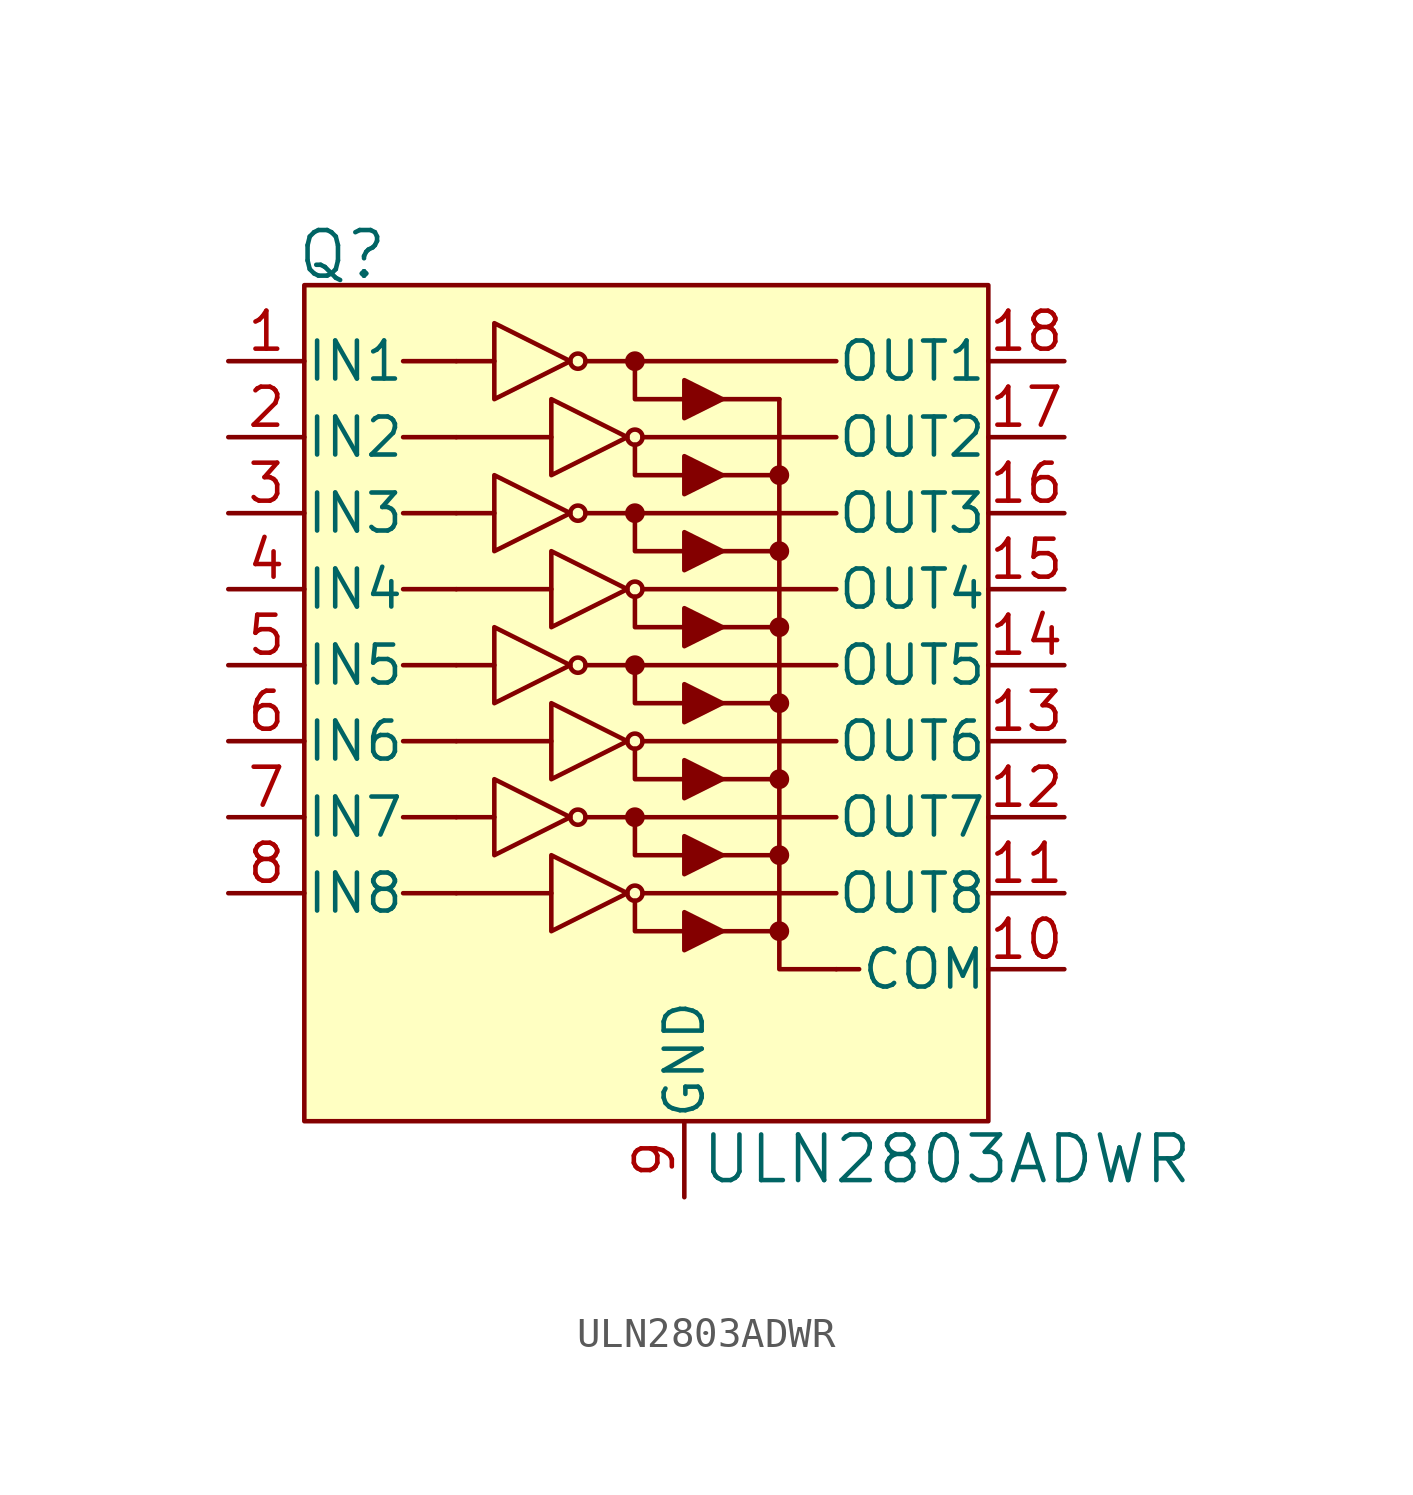
<source format=kicad_sym>
(kicad_symbol_lib
  (version 20211014)
  (generator kicad_symbol_editor)
  (symbol "ULN2803ADWR"
    (pin_names
      (offset 0.025))
    (property "Reference" "Q"
      (at -19.05 23.876 0)
      (effects (font (size 1.524 1.524))))
    (property "Value" "ULN2803ADWR"
      (at -7.112 -6.35 0)
      (effects (font (size 1.524 1.524)) (justify left)))
    (symbol "ULN2803ADWR_0_1"
      (rectangle (start -20.32 22.86) (end 2.54 -5.08) (stroke (width 0) (type default) (color 0 0 0 0)) (fill (type background)))
      (circle (center -11.176 5.08) (radius 0.254) (stroke (width 0) (type default) (color 0 0 0 0)) (fill (type none)))
      (circle (center -11.176 10.16) (radius 0.254) (stroke (width 0) (type default) (color 0 0 0 0)) (fill (type none)))
      (circle (center -11.176 15.24) (radius 0.254) (stroke (width 0) (type default) (color 0 0 0 0)) (fill (type none)))
      (circle (center -11.176 20.32) (radius 0.254) (stroke (width 0) (type default) (color 0 0 0 0)) (fill (type none)))
      (circle (center -9.271 2.54) (radius 0.254) (stroke (width 0) (type default) (color 0 0 0 0)) (fill (type none)))
      (circle (center -9.271 5.08) (radius 0.254) (stroke (width 0) (type default) (color 0 0 0 0)) (fill (type outline)))
      (circle (center -9.271 7.62) (radius 0.254) (stroke (width 0) (type default) (color 0 0 0 0)) (fill (type none)))
      (circle (center -9.271 10.16) (radius 0.254) (stroke (width 0) (type default) (color 0 0 0 0)) (fill (type outline)))
      (circle (center -9.271 12.7) (radius 0.254) (stroke (width 0) (type default) (color 0 0 0 0)) (fill (type none)))
      (circle (center -9.271 15.24) (radius 0.254) (stroke (width 0) (type default) (color 0 0 0 0)) (fill (type outline)))
      (circle (center -9.271 17.78) (radius 0.254) (stroke (width 0) (type default) (color 0 0 0 0)) (fill (type none)))
      (circle (center -9.271 20.32) (radius 0.254) (stroke (width 0) (type default) (color 0 0 0 0)) (fill (type outline)))
      (circle (center -4.445 1.27) (radius 0.254) (stroke (width 0) (type default) (color 0 0 0 0)) (fill (type outline)))
      (circle (center -4.445 3.81) (radius 0.254) (stroke (width 0) (type default) (color 0 0 0 0)) (fill (type outline)))
      (circle (center -4.445 6.35) (radius 0.254) (stroke (width 0) (type default) (color 0 0 0 0)) (fill (type outline)))
      (circle (center -4.445 8.89) (radius 0.254) (stroke (width 0) (type default) (color 0 0 0 0)) (fill (type outline)))
      (circle (center -4.445 11.43) (radius 0.254) (stroke (width 0) (type default) (color 0 0 0 0)) (fill (type outline)))
      (circle (center -4.445 13.97) (radius 0.254) (stroke (width 0) (type default) (color 0 0 0 0)) (fill (type outline)))
      (circle (center -4.445 16.51) (radius 0.254) (stroke (width 0) (type default) (color 0 0 0 0)) (fill (type outline)))
      (polyline (pts (xy -15.24 2.54) (xy -17.018 2.54)) (stroke (width 0) (type default) (color 0 0 0 0)) (fill (type none)))
      (polyline (pts (xy -15.24 5.08) (xy -17.018 5.08)) (stroke (width 0) (type default) (color 0 0 0 0)) (fill (type none)))
      (polyline (pts (xy -15.24 5.08) (xy -13.97 5.08)) (stroke (width 0) (type default) (color 0 0 0 0)) (fill (type none)))
      (polyline (pts (xy -15.24 7.62) (xy -17.018 7.62)) (stroke (width 0) (type default) (color 0 0 0 0)) (fill (type none)))
      (polyline (pts (xy -15.24 10.16) (xy -17.018 10.16)) (stroke (width 0) (type default) (color 0 0 0 0)) (fill (type none)))
      (polyline (pts (xy -15.24 10.16) (xy -13.97 10.16)) (stroke (width 0) (type default) (color 0 0 0 0)) (fill (type none)))
      (polyline (pts (xy -15.24 12.7) (xy -17.018 12.7)) (stroke (width 0) (type default) (color 0 0 0 0)) (fill (type none)))
      (polyline (pts (xy -15.24 15.24) (xy -17.018 15.24)) (stroke (width 0) (type default) (color 0 0 0 0)) (fill (type none)))
      (polyline (pts (xy -15.24 15.24) (xy -13.97 15.24)) (stroke (width 0) (type default) (color 0 0 0 0)) (fill (type none)))
      (polyline (pts (xy -15.24 17.78) (xy -17.018 17.78)) (stroke (width 0) (type default) (color 0 0 0 0)) (fill (type none)))
      (polyline (pts (xy -15.24 20.32) (xy -17.018 20.32)) (stroke (width 0) (type default) (color 0 0 0 0)) (fill (type none)))
      (polyline (pts (xy -15.24 20.32) (xy -13.97 20.32)) (stroke (width 0) (type default) (color 0 0 0 0)) (fill (type none)))
      (polyline (pts (xy -12.065 2.54) (xy -15.24 2.54)) (stroke (width 0) (type default) (color 0 0 0 0)) (fill (type none)))
      (polyline (pts (xy -12.065 7.62) (xy -15.24 7.62)) (stroke (width 0) (type default) (color 0 0 0 0)) (fill (type none)))
      (polyline (pts (xy -12.065 12.7) (xy -15.24 12.7)) (stroke (width 0) (type default) (color 0 0 0 0)) (fill (type none)))
      (polyline (pts (xy -12.065 17.78) (xy -15.24 17.78)) (stroke (width 0) (type default) (color 0 0 0 0)) (fill (type none)))
      (polyline (pts (xy -10.922 5.08) (xy -9.398 5.08)) (stroke (width 0) (type default) (color 0 0 0 0)) (fill (type none)))
      (polyline (pts (xy -10.922 10.16) (xy -9.398 10.16)) (stroke (width 0) (type default) (color 0 0 0 0)) (fill (type none)))
      (polyline (pts (xy -10.922 15.24) (xy -9.398 15.24)) (stroke (width 0) (type default) (color 0 0 0 0)) (fill (type none)))
      (polyline (pts (xy -10.922 20.32) (xy -9.398 20.32)) (stroke (width 0) (type default) (color 0 0 0 0)) (fill (type none)))
      (polyline (pts (xy -9.017 5.08) (xy -2.54 5.08)) (stroke (width 0) (type default) (color 0 0 0 0)) (fill (type none)))
      (polyline (pts (xy -9.017 10.16) (xy -2.54 10.16)) (stroke (width 0) (type default) (color 0 0 0 0)) (fill (type none)))
      (polyline (pts (xy -9.017 15.24) (xy -2.54 15.24)) (stroke (width 0) (type default) (color 0 0 0 0)) (fill (type none)))
      (polyline (pts (xy -9.017 20.32) (xy -2.54 20.32)) (stroke (width 0) (type default) (color 0 0 0 0)) (fill (type none)))
      (polyline (pts (xy -6.35 1.27) (xy -4.445 1.27)) (stroke (width 0) (type default) (color 0 0 0 0)) (fill (type none)))
      (polyline (pts (xy -6.35 3.81) (xy -4.445 3.81)) (stroke (width 0) (type default) (color 0 0 0 0)) (fill (type none)))
      (polyline (pts (xy -6.35 6.35) (xy -4.445 6.35)) (stroke (width 0) (type default) (color 0 0 0 0)) (fill (type none)))
      (polyline (pts (xy -6.35 8.89) (xy -4.445 8.89)) (stroke (width 0) (type default) (color 0 0 0 0)) (fill (type none)))
      (polyline (pts (xy -6.35 11.43) (xy -4.445 11.43)) (stroke (width 0) (type default) (color 0 0 0 0)) (fill (type none)))
      (polyline (pts (xy -6.35 13.97) (xy -4.445 13.97)) (stroke (width 0) (type default) (color 0 0 0 0)) (fill (type none)))
      (polyline (pts (xy -6.35 16.51) (xy -4.445 16.51)) (stroke (width 0) (type default) (color 0 0 0 0)) (fill (type none)))
      (polyline (pts (xy -6.35 19.05) (xy -4.445 19.05)) (stroke (width 0) (type default) (color 0 0 0 0)) (fill (type none)))
      (polyline (pts (xy -2.54 0) (xy -1.778 0)) (stroke (width 0) (type default) (color 0 0 0 0)) (fill (type none)))
      (polyline (pts (xy -2.54 2.54) (xy -9.017 2.54)) (stroke (width 0) (type default) (color 0 0 0 0)) (fill (type none)))
      (polyline (pts (xy -2.54 7.62) (xy -9.017 7.62)) (stroke (width 0) (type default) (color 0 0 0 0)) (fill (type none)))
      (polyline (pts (xy -2.54 12.7) (xy -9.017 12.7)) (stroke (width 0) (type default) (color 0 0 0 0)) (fill (type none)))
      (polyline (pts (xy -2.54 17.78) (xy -9.017 17.78)) (stroke (width 0) (type default) (color 0 0 0 0)) (fill (type none)))
      (polyline (pts (xy -7.62 1.27) (xy -9.271 1.27) (xy -9.271 2.286)) (stroke (width 0) (type default) (color 0 0 0 0)) (fill (type none)))
      (polyline (pts (xy -7.62 3.81) (xy -9.271 3.81) (xy -9.271 4.953)) (stroke (width 0) (type default) (color 0 0 0 0)) (fill (type none)))
      (polyline (pts (xy -7.62 6.35) (xy -9.271 6.35) (xy -9.271 7.366)) (stroke (width 0) (type default) (color 0 0 0 0)) (fill (type none)))
      (polyline (pts (xy -7.62 8.89) (xy -9.271 8.89) (xy -9.271 10.033)) (stroke (width 0) (type default) (color 0 0 0 0)) (fill (type none)))
      (polyline (pts (xy -7.62 11.43) (xy -9.271 11.43) (xy -9.271 12.446)) (stroke (width 0) (type default) (color 0 0 0 0)) (fill (type none)))
      (polyline (pts (xy -7.62 13.97) (xy -9.271 13.97) (xy -9.271 15.113)) (stroke (width 0) (type default) (color 0 0 0 0)) (fill (type none)))
      (polyline (pts (xy -7.62 16.51) (xy -9.271 16.51) (xy -9.271 17.526)) (stroke (width 0) (type default) (color 0 0 0 0)) (fill (type none)))
      (polyline (pts (xy -7.62 19.05) (xy -9.271 19.05) (xy -9.271 20.193)) (stroke (width 0) (type default) (color 0 0 0 0)) (fill (type none)))
      (polyline (pts (xy -4.445 19.05) (xy -4.445 0) (xy -2.54 0)) (stroke (width 0) (type default) (color 0 0 0 0)) (fill (type none)))
      (polyline (pts (xy -13.97 6.35) (xy -13.97 3.81) (xy -11.43 5.08) (xy -13.97 6.35)) (stroke (width 0) (type default) (color 0 0 0 0)) (fill (type none)))
      (polyline (pts (xy -13.97 11.43) (xy -13.97 8.89) (xy -11.43 10.16) (xy -13.97 11.43)) (stroke (width 0) (type default) (color 0 0 0 0)) (fill (type none)))
      (polyline (pts (xy -13.97 16.51) (xy -13.97 13.97) (xy -11.43 15.24) (xy -13.97 16.51)) (stroke (width 0) (type default) (color 0 0 0 0)) (fill (type none)))
      (polyline (pts (xy -13.97 21.59) (xy -13.97 19.05) (xy -11.43 20.32) (xy -13.97 21.59)) (stroke (width 0) (type default) (color 0 0 0 0)) (fill (type none)))
      (polyline (pts (xy -12.065 3.81) (xy -12.065 1.27) (xy -9.525 2.54) (xy -12.065 3.81)) (stroke (width 0) (type default) (color 0 0 0 0)) (fill (type none)))
      (polyline (pts (xy -12.065 8.89) (xy -12.065 6.35) (xy -9.525 7.62) (xy -12.065 8.89)) (stroke (width 0) (type default) (color 0 0 0 0)) (fill (type none)))
      (polyline (pts (xy -12.065 13.97) (xy -12.065 11.43) (xy -9.525 12.7) (xy -12.065 13.97)) (stroke (width 0) (type default) (color 0 0 0 0)) (fill (type none)))
      (polyline (pts (xy -12.065 19.05) (xy -12.065 16.51) (xy -9.525 17.78) (xy -12.065 19.05)) (stroke (width 0) (type default) (color 0 0 0 0)) (fill (type none)))
      (polyline (pts (xy -7.62 1.905) (xy -7.62 0.635) (xy -6.35 1.27) (xy -7.62 1.905)) (stroke (width 0) (type default) (color 0 0 0 0)) (fill (type outline)))
      (polyline (pts (xy -7.62 4.445) (xy -7.62 3.175) (xy -6.35 3.81) (xy -7.62 4.445)) (stroke (width 0) (type default) (color 0 0 0 0)) (fill (type outline)))
      (polyline (pts (xy -7.62 6.985) (xy -7.62 5.715) (xy -6.35 6.35) (xy -7.62 6.985)) (stroke (width 0) (type default) (color 0 0 0 0)) (fill (type outline)))
      (polyline (pts (xy -7.62 9.525) (xy -7.62 8.255) (xy -6.35 8.89) (xy -7.62 9.525)) (stroke (width 0) (type default) (color 0 0 0 0)) (fill (type outline)))
      (polyline (pts (xy -7.62 12.065) (xy -7.62 10.795) (xy -6.35 11.43) (xy -7.62 12.065)) (stroke (width 0) (type default) (color 0 0 0 0)) (fill (type outline)))
      (polyline (pts (xy -7.62 14.605) (xy -7.62 13.335) (xy -6.35 13.97) (xy -7.62 14.605)) (stroke (width 0) (type default) (color 0 0 0 0)) (fill (type outline)))
      (polyline (pts (xy -7.62 17.145) (xy -7.62 15.875) (xy -6.35 16.51) (xy -7.62 17.145)) (stroke (width 0) (type default) (color 0 0 0 0)) (fill (type outline)))
      (polyline (pts (xy -7.62 19.685) (xy -7.62 18.415) (xy -6.35 19.05) (xy -7.62 19.685)) (stroke (width 0) (type default) (color 0 0 0 0)) (fill (type outline))))
    (symbol "ULN2803ADWR_1_1"
      (pin input line (at -22.86 20.32 0) (length 2.54) (name "IN1" (effects (font (size 1.27 1.27)))) (number "1" (effects (font (size 1.27 1.27)))))
      (pin output line (at 5.08 0 180) (length 2.54) (name "COM" (effects (font (size 1.27 1.27)))) (number "10" (effects (font (size 1.27 1.27)))))
      (pin output line (at 5.08 2.54 180) (length 2.54) (name "OUT8" (effects (font (size 1.27 1.27)))) (number "11" (effects (font (size 1.27 1.27)))))
      (pin output line (at 5.08 5.08 180) (length 2.54) (name "OUT7" (effects (font (size 1.27 1.27)))) (number "12" (effects (font (size 1.27 1.27)))))
      (pin output line (at 5.08 7.62 180) (length 2.54) (name "OUT6" (effects (font (size 1.27 1.27)))) (number "13" (effects (font (size 1.27 1.27)))))
      (pin output line (at 5.08 10.16 180) (length 2.54) (name "OUT5" (effects (font (size 1.27 1.27)))) (number "14" (effects (font (size 1.27 1.27)))))
      (pin output line (at 5.08 12.7 180) (length 2.54) (name "OUT4" (effects (font (size 1.27 1.27)))) (number "15" (effects (font (size 1.27 1.27)))))
      (pin output line (at 5.08 15.24 180) (length 2.54) (name "OUT3" (effects (font (size 1.27 1.27)))) (number "16" (effects (font (size 1.27 1.27)))))
      (pin output line (at 5.08 17.78 180) (length 2.54) (name "OUT2" (effects (font (size 1.27 1.27)))) (number "17" (effects (font (size 1.27 1.27)))))
      (pin output line (at 5.08 20.32 180) (length 2.54) (name "OUT1" (effects (font (size 1.27 1.27)))) (number "18" (effects (font (size 1.27 1.27)))))
      (pin input line (at -22.86 17.78 0) (length 2.54) (name "IN2" (effects (font (size 1.27 1.27)))) (number "2" (effects (font (size 1.27 1.27)))))
      (pin input line (at -22.86 15.24 0) (length 2.54) (name "IN3" (effects (font (size 1.27 1.27)))) (number "3" (effects (font (size 1.27 1.27)))))
      (pin input line (at -22.86 12.7 0) (length 2.54) (name "IN4" (effects (font (size 1.27 1.27)))) (number "4" (effects (font (size 1.27 1.27)))))
      (pin input line (at -22.86 10.16 0) (length 2.54) (name "IN5" (effects (font (size 1.27 1.27)))) (number "5" (effects (font (size 1.27 1.27)))))
      (pin input line (at -22.86 7.62 0) (length 2.54) (name "IN6" (effects (font (size 1.27 1.27)))) (number "6" (effects (font (size 1.27 1.27)))))
      (pin input line (at -22.86 5.08 0) (length 2.54) (name "IN7" (effects (font (size 1.27 1.27)))) (number "7" (effects (font (size 1.27 1.27)))))
      (pin input line (at -22.86 2.54 0) (length 2.54) (name "IN8" (effects (font (size 1.27 1.27)))) (number "8" (effects (font (size 1.27 1.27)))))
      (pin power_in line (at -7.62 -7.62 90) (length 2.54) (name "GND" (effects (font (size 1.27 1.27)))) (number "9" (effects (font (size 1.27 1.27))))))))
</source>
